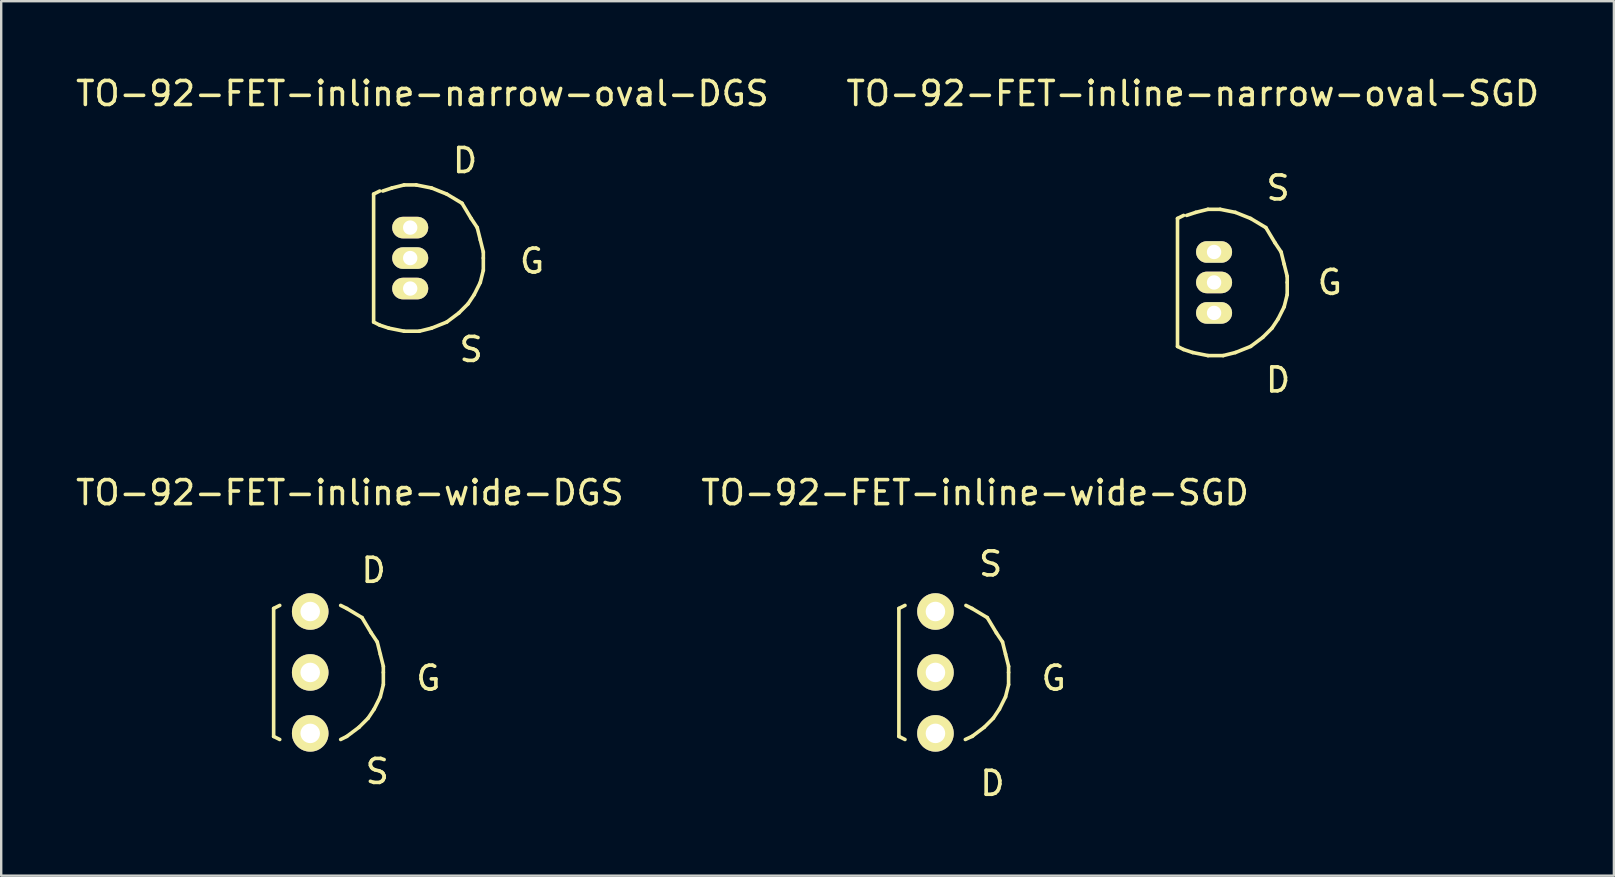
<source format=kicad_pcb>
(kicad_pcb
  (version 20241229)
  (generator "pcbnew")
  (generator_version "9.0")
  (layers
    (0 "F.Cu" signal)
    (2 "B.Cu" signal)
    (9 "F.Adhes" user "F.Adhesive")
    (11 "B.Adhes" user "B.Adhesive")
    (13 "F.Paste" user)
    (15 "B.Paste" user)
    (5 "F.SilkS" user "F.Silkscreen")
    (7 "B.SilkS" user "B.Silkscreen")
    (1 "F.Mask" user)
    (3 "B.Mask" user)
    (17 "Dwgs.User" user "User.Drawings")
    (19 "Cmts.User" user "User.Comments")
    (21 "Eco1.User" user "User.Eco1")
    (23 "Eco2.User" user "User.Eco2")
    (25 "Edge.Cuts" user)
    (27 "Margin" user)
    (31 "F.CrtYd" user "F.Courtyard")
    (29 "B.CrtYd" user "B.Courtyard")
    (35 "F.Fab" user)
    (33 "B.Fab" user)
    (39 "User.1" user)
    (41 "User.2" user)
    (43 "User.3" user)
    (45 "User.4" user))
  (footprint "TO-92-FET-inline-narrow-oval-SGD"
    (layer "F.Cu")
    (at 47.55 8.722)
    (property "Reference" "TO-92-FET-inline-narrow-oval-SGD" (at -0.889 -7.874 0) (layer "F.SilkS") (effects (font (size 1 1) (thickness 0.15))))
    (attr through_hole)
    (fp_line (start -1.524 -2.667) (end -1.524 2.667) (stroke (width 0.15) (type solid)) (layer "F.SilkS"))
    (fp_line (start -1.524 -2.667) (end -1.27 -2.794) (stroke (width 0.15) (type solid)) (layer "F.SilkS"))
    (fp_line (start -1.27 2.794) (end -1.524 2.667) (stroke (width 0.15) (type solid)) (layer "F.SilkS"))
    (fp_line (start -1.143 -2.794) (end -0.762 -2.921) (stroke (width 0.15) (type solid)) (layer "F.SilkS"))
    (fp_line (start -0.889 2.921) (end -1.27 2.794) (stroke (width 0.15) (type solid)) (layer "F.SilkS"))
    (fp_line (start -0.762 -2.921) (end -0.254 -3.048) (stroke (width 0.15) (type solid)) (layer "F.SilkS"))
    (fp_line (start -0.254 -3.048) (end 0.254 -3.048) (stroke (width 0.15) (type solid)) (layer "F.SilkS"))
    (fp_line (start -0.254 3.048) (end -0.889 2.921) (stroke (width 0.15) (type solid)) (layer "F.SilkS"))
    (fp_line (start 0.254 -3.048) (end 0.889 -2.921) (stroke (width 0.15) (type solid)) (layer "F.SilkS"))
    (fp_line (start 0.381 3.048) (end -0.254 3.048) (stroke (width 0.15) (type solid)) (layer "F.SilkS"))
    (fp_line (start 0.889 -2.921) (end 1.524 -2.667) (stroke (width 0.15) (type solid)) (layer "F.SilkS"))
    (fp_line (start 0.889 2.921) (end 0.381 3.048) (stroke (width 0.15) (type solid)) (layer "F.SilkS"))
    (fp_line (start 1.524 -2.667) (end 2.159 -2.286) (stroke (width 0.15) (type solid)) (layer "F.SilkS"))
    (fp_line (start 1.524 2.667) (end 0.889 2.921) (stroke (width 0.15) (type solid)) (layer "F.SilkS"))
    (fp_line (start 2.032 2.286) (end 1.524 2.667) (stroke (width 0.15) (type solid)) (layer "F.SilkS"))
    (fp_line (start 2.159 -2.286) (end 2.54 -1.651) (stroke (width 0.15) (type solid)) (layer "F.SilkS"))
    (fp_line (start 2.413 1.905) (end 2.032 2.286) (stroke (width 0.15) (type solid)) (layer "F.SilkS"))
    (fp_line (start 2.54 -1.651) (end 2.794 -1.27) (stroke (width 0.15) (type solid)) (layer "F.SilkS"))
    (fp_line (start 2.667 1.524) (end 2.413 1.905) (stroke (width 0.15) (type solid)) (layer "F.SilkS"))
    (fp_line (start 2.794 -1.27) (end 2.921 -0.762) (stroke (width 0.15) (type solid)) (layer "F.SilkS"))
    (fp_line (start 2.921 -0.762) (end 3.048 -0.254) (stroke (width 0.15) (type solid)) (layer "F.SilkS"))
    (fp_line (start 2.921 1.016) (end 2.667 1.524) (stroke (width 0.15) (type solid)) (layer "F.SilkS"))
    (fp_line (start 3.048 -0.254) (end 3.048 0) (stroke (width 0.15) (type solid)) (layer "F.SilkS"))
    (fp_line (start 3.048 0) (end 3.048 0.508) (stroke (width 0.15) (type solid)) (layer "F.SilkS"))
    (fp_line (start 3.048 0.508) (end 2.921 1.016) (stroke (width 0.15) (type solid)) (layer "F.SilkS"))
    (fp_text user "S" (at 2.667 -3.937 0) (layer "F.SilkS") (effects (font (size 1 1) (thickness 0.15))))
    (fp_text user "D" (at 2.667 4.064 0) (layer "F.SilkS") (effects (font (size 1 1) (thickness 0.15))))
    (fp_text user "G" (at 4.826 0 0) (layer "F.SilkS") (effects (font (size 1 1) (thickness 0.15))))
    (pad "D" thru_hole oval (at 0 1.27 90) (size 0.899 1.501) (drill 0.599) (layers "*.Cu" "*.Mask" "F.SilkS"))
    (pad "G" thru_hole oval (at 0 0 90) (size 0.899 1.501) (drill 0.599) (layers "*.Cu" "*.Mask" "F.SilkS"))
    (pad "S" thru_hole oval (at 0 -1.27 90) (size 0.899 1.501) (drill 0.599) (layers "*.Cu" "*.Mask" "F.SilkS")))
  (footprint "TO-92-FET-inline-wide-SGD"
    (layer "F.Cu")
    (at 35.938 24.976)
    (property "Reference" "TO-92-FET-inline-wide-SGD" (at 1.651 -7.493 0) (layer "F.SilkS") (effects (font (size 1 1) (thickness 0.15))))
    (attr through_hole)
    (fp_line (start -1.524 -2.667) (end -1.524 2.667) (stroke (width 0.15) (type solid)) (layer "F.SilkS"))
    (fp_line (start -1.524 -2.667) (end -1.27 -2.794) (stroke (width 0.15) (type solid)) (layer "F.SilkS"))
    (fp_line (start -1.27 2.794) (end -1.524 2.667) (stroke (width 0.15) (type solid)) (layer "F.SilkS"))
    (fp_line (start 1.524 -2.667) (end 1.27 -2.794) (stroke (width 0.15) (type solid)) (layer "F.SilkS"))
    (fp_line (start 1.524 -2.667) (end 2.159 -2.286) (stroke (width 0.15) (type solid)) (layer "F.SilkS"))
    (fp_line (start 1.549 2.654) (end 1.245 2.794) (stroke (width 0.15) (type solid)) (layer "F.SilkS"))
    (fp_line (start 2.032 2.286) (end 1.524 2.667) (stroke (width 0.15) (type solid)) (layer "F.SilkS"))
    (fp_line (start 2.159 -2.286) (end 2.54 -1.651) (stroke (width 0.15) (type solid)) (layer "F.SilkS"))
    (fp_line (start 2.413 1.905) (end 2.032 2.286) (stroke (width 0.15) (type solid)) (layer "F.SilkS"))
    (fp_line (start 2.54 -1.651) (end 2.794 -1.27) (stroke (width 0.15) (type solid)) (layer "F.SilkS"))
    (fp_line (start 2.667 1.524) (end 2.413 1.905) (stroke (width 0.15) (type solid)) (layer "F.SilkS"))
    (fp_line (start 2.794 -1.27) (end 2.921 -0.762) (stroke (width 0.15) (type solid)) (layer "F.SilkS"))
    (fp_line (start 2.921 -0.762) (end 3.048 -0.254) (stroke (width 0.15) (type solid)) (layer "F.SilkS"))
    (fp_line (start 2.921 1.016) (end 2.667 1.524) (stroke (width 0.15) (type solid)) (layer "F.SilkS"))
    (fp_line (start 3.048 -0.254) (end 3.048 0) (stroke (width 0.15) (type solid)) (layer "F.SilkS"))
    (fp_line (start 3.048 0) (end 3.048 0.508) (stroke (width 0.15) (type solid)) (layer "F.SilkS"))
    (fp_line (start 3.048 0.508) (end 2.921 1.016) (stroke (width 0.15) (type solid)) (layer "F.SilkS"))
    (fp_text user "S" (at 2.299 -4.521 0) (layer "F.SilkS") (effects (font (size 1 1) (thickness 0.15))))
    (fp_text user "G" (at 4.928 0.241 0) (layer "F.SilkS") (effects (font (size 1 1) (thickness 0.15))))
    (fp_text user "D" (at 2.375 4.623 0) (layer "F.SilkS") (effects (font (size 1 1) (thickness 0.15))))
    (pad "D" thru_hole circle (at 0 2.54) (size 1.524 1.524) (drill 0.813) (layers "*.Cu" "*.Mask" "F.SilkS"))
    (pad "G" thru_hole circle (at 0 0) (size 1.524 1.524) (drill 0.813) (layers "*.Cu" "*.Mask" "F.SilkS"))
    (pad "S" thru_hole circle (at 0 -2.54) (size 1.524 1.524) (drill 0.813) (layers "*.Cu" "*.Mask" "F.SilkS")))
  (footprint "TO-92-FET-inline-wide-DGS"
    (layer "F.Cu")
    (at 9.879 24.976)
    (property "Reference" "TO-92-FET-inline-wide-DGS" (at 1.651 -7.493 0) (layer "F.SilkS") (effects (font (size 1 1) (thickness 0.15))))
    (attr through_hole)
    (fp_line (start -1.524 -2.667) (end -1.27 -2.794) (stroke (width 0.15) (type solid)) (layer "F.SilkS"))
    (fp_line (start -1.524 2.667) (end -1.524 -2.667) (stroke (width 0.15) (type solid)) (layer "F.SilkS"))
    (fp_line (start -1.27 2.794) (end -1.524 2.667) (stroke (width 0.15) (type solid)) (layer "F.SilkS"))
    (fp_line (start 1.524 -2.667) (end 1.27 -2.794) (stroke (width 0.15) (type solid)) (layer "F.SilkS"))
    (fp_line (start 1.524 -2.667) (end 2.159 -2.286) (stroke (width 0.15) (type solid)) (layer "F.SilkS"))
    (fp_line (start 1.524 2.667) (end 1.27 2.794) (stroke (width 0.15) (type solid)) (layer "F.SilkS"))
    (fp_line (start 2.032 2.286) (end 1.524 2.667) (stroke (width 0.15) (type solid)) (layer "F.SilkS"))
    (fp_line (start 2.159 -2.286) (end 2.54 -1.651) (stroke (width 0.15) (type solid)) (layer "F.SilkS"))
    (fp_line (start 2.413 1.905) (end 2.032 2.286) (stroke (width 0.15) (type solid)) (layer "F.SilkS"))
    (fp_line (start 2.54 -1.651) (end 2.794 -1.27) (stroke (width 0.15) (type solid)) (layer "F.SilkS"))
    (fp_line (start 2.667 1.524) (end 2.413 1.905) (stroke (width 0.15) (type solid)) (layer "F.SilkS"))
    (fp_line (start 2.794 -1.27) (end 2.921 -0.762) (stroke (width 0.15) (type solid)) (layer "F.SilkS"))
    (fp_line (start 2.921 -0.762) (end 3.048 -0.254) (stroke (width 0.15) (type solid)) (layer "F.SilkS"))
    (fp_line (start 2.921 1.016) (end 2.667 1.524) (stroke (width 0.15) (type solid)) (layer "F.SilkS"))
    (fp_line (start 3.048 -0.254) (end 3.048 0) (stroke (width 0.15) (type solid)) (layer "F.SilkS"))
    (fp_line (start 3.048 0) (end 3.048 0.508) (stroke (width 0.15) (type solid)) (layer "F.SilkS"))
    (fp_line (start 3.048 0.508) (end 2.921 1.016) (stroke (width 0.15) (type solid)) (layer "F.SilkS"))
    (fp_text user "D" (at 2.642 -4.255 0) (layer "F.SilkS") (effects (font (size 1 1) (thickness 0.15))))
    (fp_text user "S" (at 2.794 4.128 0) (layer "F.SilkS") (effects (font (size 1 1) (thickness 0.15))))
    (fp_text user "G" (at 4.928 0.241 0) (layer "F.SilkS") (effects (font (size 1 1) (thickness 0.15))))
    (pad "D" thru_hole circle (at 0 -2.54) (size 1.524 1.524) (drill 0.813) (layers "*.Cu" "*.Mask" "F.SilkS"))
    (pad "G" thru_hole circle (at 0 0) (size 1.524 1.524) (drill 0.813) (layers "*.Cu" "*.Mask" "F.SilkS"))
    (pad "S" thru_hole circle (at 0 2.54) (size 1.524 1.524) (drill 0.813) (layers "*.Cu" "*.Mask" "F.SilkS")))
  (footprint "TO-92-FET-inline-narrow-oval-DGS"
    (layer "F.Cu")
    (at 14.046 7.706)
    (property "Reference" "TO-92-FET-inline-narrow-oval-DGS" (at 0.508 -6.858 0) (layer "F.SilkS") (effects (font (size 1 1) (thickness 0.15))))
    (attr through_hole)
    (fp_line (start -1.524 -2.667) (end -1.524 2.667) (stroke (width 0.15) (type solid)) (layer "F.SilkS"))
    (fp_line (start -1.524 -2.667) (end -1.27 -2.794) (stroke (width 0.15) (type solid)) (layer "F.SilkS"))
    (fp_line (start -1.27 2.794) (end -1.524 2.667) (stroke (width 0.15) (type solid)) (layer "F.SilkS"))
    (fp_line (start -1.143 -2.794) (end -0.762 -2.921) (stroke (width 0.15) (type solid)) (layer "F.SilkS"))
    (fp_line (start -0.889 2.921) (end -1.27 2.794) (stroke (width 0.15) (type solid)) (layer "F.SilkS"))
    (fp_line (start -0.762 -2.921) (end -0.254 -3.048) (stroke (width 0.15) (type solid)) (layer "F.SilkS"))
    (fp_line (start -0.254 -3.048) (end 0.254 -3.048) (stroke (width 0.15) (type solid)) (layer "F.SilkS"))
    (fp_line (start -0.254 3.048) (end -0.889 2.921) (stroke (width 0.15) (type solid)) (layer "F.SilkS"))
    (fp_line (start 0.254 -3.048) (end 0.889 -2.921) (stroke (width 0.15) (type solid)) (layer "F.SilkS"))
    (fp_line (start 0.381 3.048) (end -0.254 3.048) (stroke (width 0.15) (type solid)) (layer "F.SilkS"))
    (fp_line (start 0.889 -2.921) (end 1.524 -2.667) (stroke (width 0.15) (type solid)) (layer "F.SilkS"))
    (fp_line (start 0.889 2.921) (end 0.381 3.048) (stroke (width 0.15) (type solid)) (layer "F.SilkS"))
    (fp_line (start 1.524 -2.667) (end 2.159 -2.286) (stroke (width 0.15) (type solid)) (layer "F.SilkS"))
    (fp_line (start 1.524 2.667) (end 0.889 2.921) (stroke (width 0.15) (type solid)) (layer "F.SilkS"))
    (fp_line (start 2.032 2.286) (end 1.524 2.667) (stroke (width 0.15) (type solid)) (layer "F.SilkS"))
    (fp_line (start 2.159 -2.286) (end 2.54 -1.651) (stroke (width 0.15) (type solid)) (layer "F.SilkS"))
    (fp_line (start 2.413 1.905) (end 2.032 2.286) (stroke (width 0.15) (type solid)) (layer "F.SilkS"))
    (fp_line (start 2.54 -1.651) (end 2.794 -1.27) (stroke (width 0.15) (type solid)) (layer "F.SilkS"))
    (fp_line (start 2.667 1.524) (end 2.413 1.905) (stroke (width 0.15) (type solid)) (layer "F.SilkS"))
    (fp_line (start 2.794 -1.27) (end 2.921 -0.762) (stroke (width 0.15) (type solid)) (layer "F.SilkS"))
    (fp_line (start 2.921 -0.762) (end 3.048 -0.254) (stroke (width 0.15) (type solid)) (layer "F.SilkS"))
    (fp_line (start 2.921 1.016) (end 2.667 1.524) (stroke (width 0.15) (type solid)) (layer "F.SilkS"))
    (fp_line (start 3.048 -0.254) (end 3.048 0) (stroke (width 0.15) (type solid)) (layer "F.SilkS"))
    (fp_line (start 3.048 0) (end 3.048 0.508) (stroke (width 0.15) (type solid)) (layer "F.SilkS"))
    (fp_line (start 3.048 0.508) (end 2.921 1.016) (stroke (width 0.15) (type solid)) (layer "F.SilkS"))
    (fp_text user "G" (at 5.08 0.127 0) (layer "F.SilkS") (effects (font (size 1 1) (thickness 0.15))))
    (fp_text user "D" (at 2.286 -4.064 0) (layer "F.SilkS") (effects (font (size 1 1) (thickness 0.15))))
    (fp_text user "S" (at 2.54 3.81 0) (layer "F.SilkS") (effects (font (size 1 1) (thickness 0.15))))
    (pad "D" thru_hole oval (at 0 -1.27 90) (size 0.899 1.501) (drill 0.599) (layers "*.Cu" "*.Mask" "F.SilkS"))
    (pad "G" thru_hole oval (at 0 0 90) (size 0.899 1.501) (drill 0.599) (layers "*.Cu" "*.Mask" "F.SilkS"))
    (pad "S" thru_hole oval (at 0 1.27 90) (size 0.899 1.501) (drill 0.599) (layers "*.Cu" "*.Mask" "F.SilkS")))
  (gr_rect
    (start -3 -3)
    (end 64.214 33.447)
    (stroke (width 0.1) (type default))
    (fill no)
    (layer "Edge.Cuts")))
</source>
